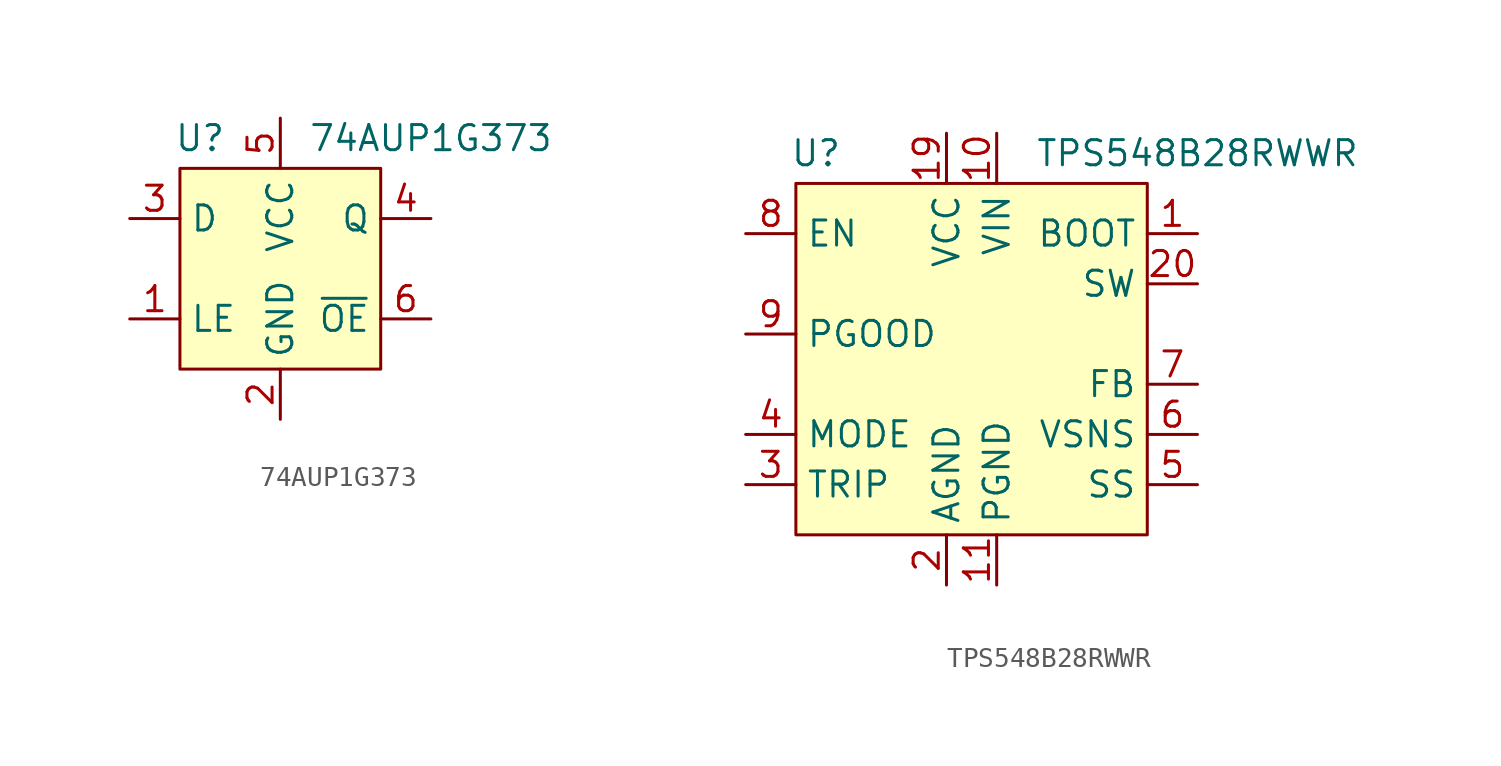
<source format=kicad_sym>
(kicad_symbol_lib
  (version 20231120)
  (generator "kicad_symbol_editor")
  (generator_version "8.0")
  (symbol "74AUP1G373"
    (property "Reference" "U"
      (at 1.016 1.524 0)
      (effects (font (size 1.27 1.27))))
    (property "Value" "74AUP1G373"
      (at 12.7 1.524 0)
      (effects (font (size 1.27 1.27))))
    (symbol "74AUP1G373_1_1"
      (rectangle (start 0 0) (end 10.16 -10.16) (stroke (width 0) (type default)) (fill (type background)))
      (pin input line (at -2.54 -7.62 0) (length 2.54) (name "LE" (effects (font (size 1.27 1.27)))) (number "1" (effects (font (size 1.27 1.27)))))
      (pin power_in line (at 5.08 -12.7 90) (length 2.54) (name "GND" (effects (font (size 1.27 1.27)))) (number "2" (effects (font (size 1.27 1.27)))))
      (pin input line (at -2.54 -2.54 0) (length 2.54) (name "D" (effects (font (size 1.27 1.27)))) (number "3" (effects (font (size 1.27 1.27)))))
      (pin output line (at 12.7 -2.54 180) (length 2.54) (name "Q" (effects (font (size 1.27 1.27)))) (number "4" (effects (font (size 1.27 1.27)))))
      (pin power_in line (at 5.08 2.54 270) (length 2.54) (name "VCC" (effects (font (size 1.27 1.27)))) (number "5" (effects (font (size 1.27 1.27)))))
      (pin input line (at 12.7 -7.62 180) (length 2.54) (name "~{OE}" (effects (font (size 1.27 1.27)))) (number "6" (effects (font (size 1.27 1.27)))))))
  (symbol "TPS548B28RWWR"
    (property "Reference" "U"
      (at 1.016 1.524 0)
      (effects (font (size 1.27 1.27))))
    (property "Value" "TPS548B28RWWR"
      (at 20.32 1.524 0)
      (effects (font (size 1.27 1.27))))
    (symbol "TPS548B28RWWR_1_1"
      (rectangle (start 0 0) (end 17.78 -17.78) (stroke (width 0) (type default)) (fill (type background)))
      (pin bidirectional line (at 20.32 -2.54 180) (length 2.54) (name "BOOT" (effects (font (size 1.27 1.27)))) (number "1" (effects (font (size 1.27 1.27)))))
      (pin power_in line (at 10.16 2.54 270) (length 2.54) (name "VIN" (effects (font (size 1.27 1.27)))) (number "10" (effects (font (size 1.27 1.27)))))
      (pin power_in line (at 10.16 -20.32 90) (length 2.54) (name "PGND" (effects (font (size 1.27 1.27)))) (number "11" (effects (font (size 1.27 1.27)))))
      (pin power_in line (at 10.16 -20.32 90) (length 2.54) hide (name "PGND" (effects (font (size 1.27 1.27)))) (number "12" (effects (font (size 1.27 1.27)))))
      (pin power_in line (at 10.16 -20.32 90) (length 2.54) hide (name "PGND" (effects (font (size 1.27 1.27)))) (number "13" (effects (font (size 1.27 1.27)))))
      (pin power_in line (at 10.16 -20.32 90) (length 2.54) hide (name "PGND" (effects (font (size 1.27 1.27)))) (number "14" (effects (font (size 1.27 1.27)))))
      (pin power_in line (at 10.16 -20.32 90) (length 2.54) hide (name "PGND" (effects (font (size 1.27 1.27)))) (number "15" (effects (font (size 1.27 1.27)))))
      (pin power_in line (at 10.16 -20.32 90) (length 2.54) hide (name "PGND" (effects (font (size 1.27 1.27)))) (number "16" (effects (font (size 1.27 1.27)))))
      (pin power_in line (at 10.16 -20.32 90) (length 2.54) hide (name "PGND" (effects (font (size 1.27 1.27)))) (number "17" (effects (font (size 1.27 1.27)))))
      (pin power_in line (at 10.16 -20.32 90) (length 2.54) hide (name "PGND" (effects (font (size 1.27 1.27)))) (number "18" (effects (font (size 1.27 1.27)))))
      (pin bidirectional line (at 7.62 2.54 270) (length 2.54) (name "VCC" (effects (font (size 1.27 1.27)))) (number "19" (effects (font (size 1.27 1.27)))))
      (pin power_in line (at 7.62 -20.32 90) (length 2.54) (name "AGND" (effects (font (size 1.27 1.27)))) (number "2" (effects (font (size 1.27 1.27)))))
      (pin output line (at 20.32 -5.08 180) (length 2.54) (name "SW" (effects (font (size 1.27 1.27)))) (number "20" (effects (font (size 1.27 1.27)))))
      (pin power_in line (at 10.16 2.54 270) (length 2.54) hide (name "VIN" (effects (font (size 1.27 1.27)))) (number "21" (effects (font (size 1.27 1.27)))))
      (pin bidirectional line (at -2.54 -15.24 0) (length 2.54) (name "TRIP" (effects (font (size 1.27 1.27)))) (number "3" (effects (font (size 1.27 1.27)))))
      (pin input line (at -2.54 -12.7 0) (length 2.54) (name "MODE" (effects (font (size 1.27 1.27)))) (number "4" (effects (font (size 1.27 1.27)))))
      (pin input line (at 20.32 -15.24 180) (length 2.54) (name "SS" (effects (font (size 1.27 1.27)))) (number "5" (effects (font (size 1.27 1.27)))))
      (pin input line (at 20.32 -12.7 180) (length 2.54) (name "VSNS" (effects (font (size 1.27 1.27)))) (number "6" (effects (font (size 1.27 1.27)))))
      (pin input line (at 20.32 -10.16 180) (length 2.54) (name "FB" (effects (font (size 1.27 1.27)))) (number "7" (effects (font (size 1.27 1.27)))))
      (pin input line (at -2.54 -2.54 0) (length 2.54) (name "EN" (effects (font (size 1.27 1.27)))) (number "8" (effects (font (size 1.27 1.27)))))
      (pin open_collector line (at -2.54 -7.62 0) (length 2.54) (name "PGOOD" (effects (font (size 1.27 1.27)))) (number "9" (effects (font (size 1.27 1.27))))))))
</source>
